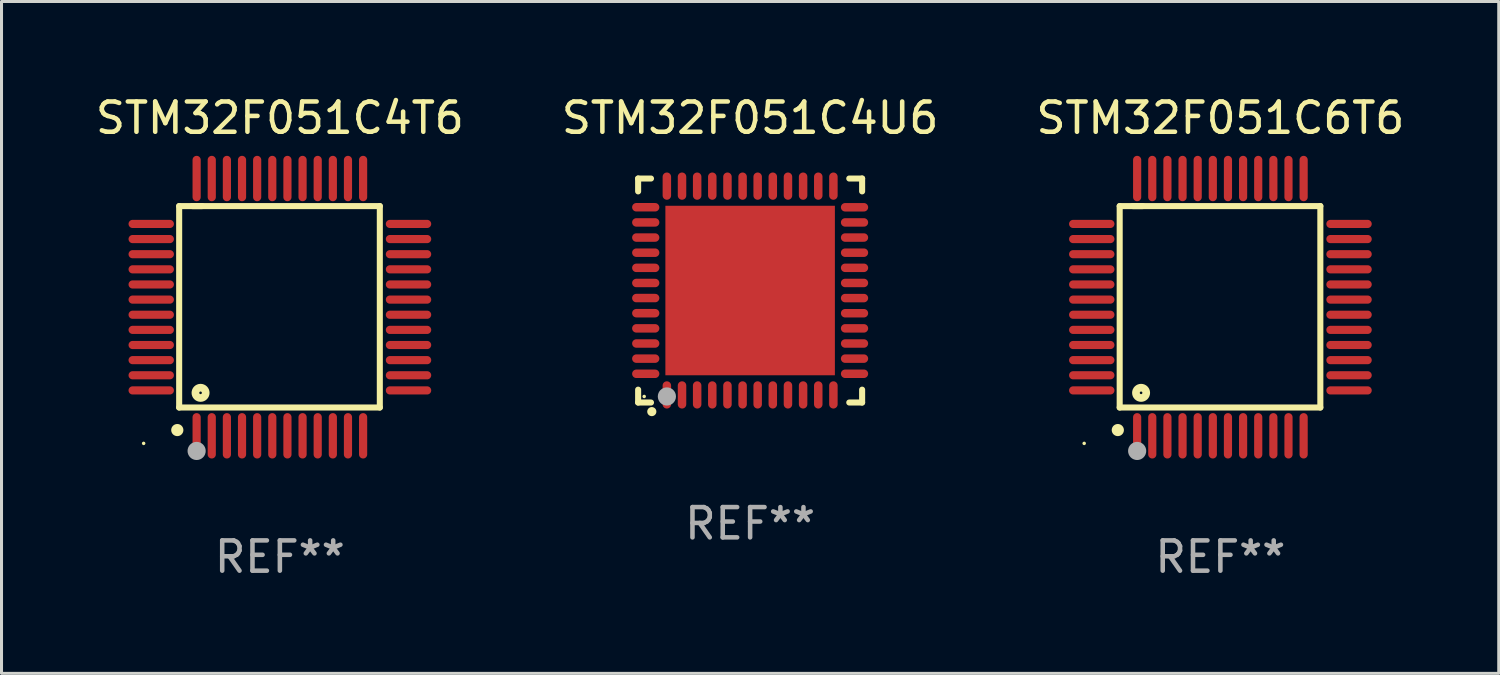
<source format=kicad_pcb>
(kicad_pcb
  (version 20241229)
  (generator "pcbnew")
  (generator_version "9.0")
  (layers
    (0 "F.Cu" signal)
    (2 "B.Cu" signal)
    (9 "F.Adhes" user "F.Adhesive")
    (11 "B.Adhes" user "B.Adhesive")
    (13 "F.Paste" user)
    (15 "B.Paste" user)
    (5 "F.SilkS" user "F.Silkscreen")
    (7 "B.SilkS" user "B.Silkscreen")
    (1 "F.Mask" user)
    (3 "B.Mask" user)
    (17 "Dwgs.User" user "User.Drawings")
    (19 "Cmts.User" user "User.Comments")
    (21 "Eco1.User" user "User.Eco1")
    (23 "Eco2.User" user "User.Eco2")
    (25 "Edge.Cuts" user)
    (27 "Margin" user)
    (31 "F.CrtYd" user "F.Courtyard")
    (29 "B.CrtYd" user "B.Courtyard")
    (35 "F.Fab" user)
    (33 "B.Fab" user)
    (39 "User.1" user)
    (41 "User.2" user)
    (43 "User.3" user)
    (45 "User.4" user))
  (footprint "STM32F051C4T6"
    (layer "F.Cu")
    (at 6.196 7.098)
    (property "Reference" "STM32F051C4T6" (at 0 -6.25 0) (layer "F.SilkS") (effects (font (size 1 1) (thickness 0.15))))
    (attr through_hole)
    (fp_line (start -3.327 -3.34) (end -2.565 -3.34) (stroke (width 0.2) (type solid)) (layer "F.SilkS"))
    (fp_line (start -3.327 3.315) (end -3.327 -3.34) (stroke (width 0.2) (type solid)) (layer "F.SilkS"))
    (fp_line (start -2.896 -3.34) (end 3.302 -3.34) (stroke (width 0.2) (type solid)) (layer "F.SilkS"))
    (fp_line (start 3.302 -3.34) (end 3.302 3.315) (stroke (width 0.2) (type solid)) (layer "F.SilkS"))
    (fp_line (start 3.302 3.315) (end -3.327 3.315) (stroke (width 0.2) (type solid)) (layer "F.SilkS"))
    (fp_arc (start -3.389992 4.059995) (mid -3.388722 4.059991) (end -3.387452 4.059995) (stroke (width 0.4) (type solid)) (layer "F.SilkS"))
    (fp_circle (center -4.5 4.5) (end -4.47 4.5) (stroke (width 0.06) (type solid)) (fill no) (layer "F.SilkS"))
    (fp_circle (center -2.62 2.83) (end -2.45 2.83) (stroke (width 0.254) (type solid)) (fill no) (layer "F.SilkS"))
    (fp_circle (center -2.75 4.75) (end -2.6 4.75) (stroke (width 0.3) (type solid)) (fill no) (layer "F.Fab"))
    (fp_text user "REF**" (at 0 8.25 0) (layer "F.Fab") (effects (font (size 1 1) (thickness 0.15))))
    (pad "1" smd oval (at -2.75 4.25) (size 0.27 1.5) (layers "F.Cu" "F.Mask" "F.Paste"))
    (pad "2" smd oval (at -2.25 4.25) (size 0.27 1.5) (layers "F.Cu" "F.Mask" "F.Paste"))
    (pad "3" smd oval (at -1.75 4.25) (size 0.27 1.5) (layers "F.Cu" "F.Mask" "F.Paste"))
    (pad "4" smd oval (at -1.25 4.25) (size 0.27 1.5) (layers "F.Cu" "F.Mask" "F.Paste"))
    (pad "5" smd oval (at -0.75 4.25) (size 0.27 1.5) (layers "F.Cu" "F.Mask" "F.Paste"))
    (pad "6" smd oval (at -0.25 4.25) (size 0.27 1.5) (layers "F.Cu" "F.Mask" "F.Paste"))
    (pad "7" smd oval (at 0.25 4.25) (size 0.27 1.5) (layers "F.Cu" "F.Mask" "F.Paste"))
    (pad "8" smd oval (at 0.75 4.25) (size 0.27 1.5) (layers "F.Cu" "F.Mask" "F.Paste"))
    (pad "9" smd oval (at 1.25 4.25) (size 0.27 1.5) (layers "F.Cu" "F.Mask" "F.Paste"))
    (pad "10" smd oval (at 1.75 4.25) (size 0.27 1.5) (layers "F.Cu" "F.Mask" "F.Paste"))
    (pad "11" smd oval (at 2.25 4.25) (size 0.27 1.5) (layers "F.Cu" "F.Mask" "F.Paste"))
    (pad "12" smd oval (at 2.75 4.25) (size 0.27 1.5) (layers "F.Cu" "F.Mask" "F.Paste"))
    (pad "13" smd oval (at 4.25 2.75) (size 1.5 0.27) (layers "F.Cu" "F.Mask" "F.Paste"))
    (pad "14" smd oval (at 4.25 2.25) (size 1.5 0.27) (layers "F.Cu" "F.Mask" "F.Paste"))
    (pad "15" smd oval (at 4.25 1.75) (size 1.5 0.27) (layers "F.Cu" "F.Mask" "F.Paste"))
    (pad "16" smd oval (at 4.25 1.25) (size 1.5 0.27) (layers "F.Cu" "F.Mask" "F.Paste"))
    (pad "17" smd oval (at 4.25 0.75) (size 1.5 0.27) (layers "F.Cu" "F.Mask" "F.Paste"))
    (pad "18" smd oval (at 4.25 0.25) (size 1.5 0.27) (layers "F.Cu" "F.Mask" "F.Paste"))
    (pad "19" smd oval (at 4.25 -0.25) (size 1.5 0.27) (layers "F.Cu" "F.Mask" "F.Paste"))
    (pad "20" smd oval (at 4.25 -0.75) (size 1.5 0.27) (layers "F.Cu" "F.Mask" "F.Paste"))
    (pad "21" smd oval (at 4.25 -1.25) (size 1.5 0.27) (layers "F.Cu" "F.Mask" "F.Paste"))
    (pad "22" smd oval (at 4.25 -1.75) (size 1.5 0.27) (layers "F.Cu" "F.Mask" "F.Paste"))
    (pad "23" smd oval (at 4.25 -2.25) (size 1.5 0.27) (layers "F.Cu" "F.Mask" "F.Paste"))
    (pad "24" smd oval (at 4.25 -2.75) (size 1.5 0.27) (layers "F.Cu" "F.Mask" "F.Paste"))
    (pad "25" smd oval (at 2.75 -4.25) (size 0.27 1.5) (layers "F.Cu" "F.Mask" "F.Paste"))
    (pad "26" smd oval (at 2.25 -4.25) (size 0.27 1.5) (layers "F.Cu" "F.Mask" "F.Paste"))
    (pad "27" smd oval (at 1.75 -4.25) (size 0.27 1.5) (layers "F.Cu" "F.Mask" "F.Paste"))
    (pad "28" smd oval (at 1.25 -4.25) (size 0.27 1.5) (layers "F.Cu" "F.Mask" "F.Paste"))
    (pad "29" smd oval (at 0.75 -4.25) (size 0.27 1.5) (layers "F.Cu" "F.Mask" "F.Paste"))
    (pad "30" smd oval (at 0.25 -4.25) (size 0.27 1.5) (layers "F.Cu" "F.Mask" "F.Paste"))
    (pad "31" smd oval (at -0.25 -4.25) (size 0.27 1.5) (layers "F.Cu" "F.Mask" "F.Paste"))
    (pad "32" smd oval (at -0.75 -4.25) (size 0.27 1.5) (layers "F.Cu" "F.Mask" "F.Paste"))
    (pad "33" smd oval (at -1.25 -4.25) (size 0.27 1.5) (layers "F.Cu" "F.Mask" "F.Paste"))
    (pad "34" smd oval (at -1.75 -4.25) (size 0.27 1.5) (layers "F.Cu" "F.Mask" "F.Paste"))
    (pad "35" smd oval (at -2.25 -4.25) (size 0.27 1.5) (layers "F.Cu" "F.Mask" "F.Paste"))
    (pad "36" smd oval (at -2.75 -4.25) (size 0.27 1.5) (layers "F.Cu" "F.Mask" "F.Paste"))
    (pad "37" smd oval (at -4.25 -2.75) (size 1.5 0.27) (layers "F.Cu" "F.Mask" "F.Paste"))
    (pad "38" smd oval (at -4.25 -2.25) (size 1.5 0.27) (layers "F.Cu" "F.Mask" "F.Paste"))
    (pad "39" smd oval (at -4.25 -1.75) (size 1.5 0.27) (layers "F.Cu" "F.Mask" "F.Paste"))
    (pad "40" smd oval (at -4.25 -1.25) (size 1.5 0.27) (layers "F.Cu" "F.Mask" "F.Paste"))
    (pad "41" smd oval (at -4.25 -0.75) (size 1.5 0.27) (layers "F.Cu" "F.Mask" "F.Paste"))
    (pad "42" smd oval (at -4.25 -0.25) (size 1.5 0.27) (layers "F.Cu" "F.Mask" "F.Paste"))
    (pad "43" smd oval (at -4.25 0.25) (size 1.5 0.27) (layers "F.Cu" "F.Mask" "F.Paste"))
    (pad "44" smd oval (at -4.25 0.75) (size 1.5 0.27) (layers "F.Cu" "F.Mask" "F.Paste"))
    (pad "45" smd oval (at -4.25 1.25) (size 1.5 0.27) (layers "F.Cu" "F.Mask" "F.Paste"))
    (pad "46" smd oval (at -4.25 1.75) (size 1.5 0.27) (layers "F.Cu" "F.Mask" "F.Paste"))
    (pad "47" smd oval (at -4.25 2.25) (size 1.5 0.27) (layers "F.Cu" "F.Mask" "F.Paste"))
    (pad "48" smd oval (at -4.25 2.75) (size 1.5 0.27) (layers "F.Cu" "F.Mask" "F.Paste")))
  (footprint "STM32F051C6T6"
    (layer "F.Cu")
    (at 37.268 7.098)
    (property "Reference" "STM32F051C6T6" (at 0 -6.25 0) (layer "F.SilkS") (effects (font (size 1 1) (thickness 0.15))))
    (attr through_hole)
    (fp_line (start -3.327 -3.34) (end -2.565 -3.34) (stroke (width 0.2) (type solid)) (layer "F.SilkS"))
    (fp_line (start -3.327 3.315) (end -3.327 -3.34) (stroke (width 0.2) (type solid)) (layer "F.SilkS"))
    (fp_line (start -2.896 -3.34) (end 3.302 -3.34) (stroke (width 0.2) (type solid)) (layer "F.SilkS"))
    (fp_line (start 3.302 -3.34) (end 3.302 3.315) (stroke (width 0.2) (type solid)) (layer "F.SilkS"))
    (fp_line (start 3.302 3.315) (end -3.327 3.315) (stroke (width 0.2) (type solid)) (layer "F.SilkS"))
    (fp_arc (start -3.389992 4.059995) (mid -3.388722 4.059991) (end -3.387452 4.059995) (stroke (width 0.4) (type solid)) (layer "F.SilkS"))
    (fp_circle (center -4.5 4.5) (end -4.47 4.5) (stroke (width 0.06) (type solid)) (fill no) (layer "F.SilkS"))
    (fp_circle (center -2.62 2.83) (end -2.45 2.83) (stroke (width 0.254) (type solid)) (fill no) (layer "F.SilkS"))
    (fp_circle (center -2.75 4.75) (end -2.6 4.75) (stroke (width 0.3) (type solid)) (fill no) (layer "F.Fab"))
    (fp_text user "REF**" (at 0 8.25 0) (layer "F.Fab") (effects (font (size 1 1) (thickness 0.15))))
    (pad "1" smd oval (at -2.75 4.25) (size 0.27 1.5) (layers "F.Cu" "F.Mask" "F.Paste"))
    (pad "2" smd oval (at -2.25 4.25) (size 0.27 1.5) (layers "F.Cu" "F.Mask" "F.Paste"))
    (pad "3" smd oval (at -1.75 4.25) (size 0.27 1.5) (layers "F.Cu" "F.Mask" "F.Paste"))
    (pad "4" smd oval (at -1.25 4.25) (size 0.27 1.5) (layers "F.Cu" "F.Mask" "F.Paste"))
    (pad "5" smd oval (at -0.75 4.25) (size 0.27 1.5) (layers "F.Cu" "F.Mask" "F.Paste"))
    (pad "6" smd oval (at -0.25 4.25) (size 0.27 1.5) (layers "F.Cu" "F.Mask" "F.Paste"))
    (pad "7" smd oval (at 0.25 4.25) (size 0.27 1.5) (layers "F.Cu" "F.Mask" "F.Paste"))
    (pad "8" smd oval (at 0.75 4.25) (size 0.27 1.5) (layers "F.Cu" "F.Mask" "F.Paste"))
    (pad "9" smd oval (at 1.25 4.25) (size 0.27 1.5) (layers "F.Cu" "F.Mask" "F.Paste"))
    (pad "10" smd oval (at 1.75 4.25) (size 0.27 1.5) (layers "F.Cu" "F.Mask" "F.Paste"))
    (pad "11" smd oval (at 2.25 4.25) (size 0.27 1.5) (layers "F.Cu" "F.Mask" "F.Paste"))
    (pad "12" smd oval (at 2.75 4.25) (size 0.27 1.5) (layers "F.Cu" "F.Mask" "F.Paste"))
    (pad "13" smd oval (at 4.25 2.75) (size 1.5 0.27) (layers "F.Cu" "F.Mask" "F.Paste"))
    (pad "14" smd oval (at 4.25 2.25) (size 1.5 0.27) (layers "F.Cu" "F.Mask" "F.Paste"))
    (pad "15" smd oval (at 4.25 1.75) (size 1.5 0.27) (layers "F.Cu" "F.Mask" "F.Paste"))
    (pad "16" smd oval (at 4.25 1.25) (size 1.5 0.27) (layers "F.Cu" "F.Mask" "F.Paste"))
    (pad "17" smd oval (at 4.25 0.75) (size 1.5 0.27) (layers "F.Cu" "F.Mask" "F.Paste"))
    (pad "18" smd oval (at 4.25 0.25) (size 1.5 0.27) (layers "F.Cu" "F.Mask" "F.Paste"))
    (pad "19" smd oval (at 4.25 -0.25) (size 1.5 0.27) (layers "F.Cu" "F.Mask" "F.Paste"))
    (pad "20" smd oval (at 4.25 -0.75) (size 1.5 0.27) (layers "F.Cu" "F.Mask" "F.Paste"))
    (pad "21" smd oval (at 4.25 -1.25) (size 1.5 0.27) (layers "F.Cu" "F.Mask" "F.Paste"))
    (pad "22" smd oval (at 4.25 -1.75) (size 1.5 0.27) (layers "F.Cu" "F.Mask" "F.Paste"))
    (pad "23" smd oval (at 4.25 -2.25) (size 1.5 0.27) (layers "F.Cu" "F.Mask" "F.Paste"))
    (pad "24" smd oval (at 4.25 -2.75) (size 1.5 0.27) (layers "F.Cu" "F.Mask" "F.Paste"))
    (pad "25" smd oval (at 2.75 -4.25) (size 0.27 1.5) (layers "F.Cu" "F.Mask" "F.Paste"))
    (pad "26" smd oval (at 2.25 -4.25) (size 0.27 1.5) (layers "F.Cu" "F.Mask" "F.Paste"))
    (pad "27" smd oval (at 1.75 -4.25) (size 0.27 1.5) (layers "F.Cu" "F.Mask" "F.Paste"))
    (pad "28" smd oval (at 1.25 -4.25) (size 0.27 1.5) (layers "F.Cu" "F.Mask" "F.Paste"))
    (pad "29" smd oval (at 0.75 -4.25) (size 0.27 1.5) (layers "F.Cu" "F.Mask" "F.Paste"))
    (pad "30" smd oval (at 0.25 -4.25) (size 0.27 1.5) (layers "F.Cu" "F.Mask" "F.Paste"))
    (pad "31" smd oval (at -0.25 -4.25) (size 0.27 1.5) (layers "F.Cu" "F.Mask" "F.Paste"))
    (pad "32" smd oval (at -0.75 -4.25) (size 0.27 1.5) (layers "F.Cu" "F.Mask" "F.Paste"))
    (pad "33" smd oval (at -1.25 -4.25) (size 0.27 1.5) (layers "F.Cu" "F.Mask" "F.Paste"))
    (pad "34" smd oval (at -1.75 -4.25) (size 0.27 1.5) (layers "F.Cu" "F.Mask" "F.Paste"))
    (pad "35" smd oval (at -2.25 -4.25) (size 0.27 1.5) (layers "F.Cu" "F.Mask" "F.Paste"))
    (pad "36" smd oval (at -2.75 -4.25) (size 0.27 1.5) (layers "F.Cu" "F.Mask" "F.Paste"))
    (pad "37" smd oval (at -4.25 -2.75) (size 1.5 0.27) (layers "F.Cu" "F.Mask" "F.Paste"))
    (pad "38" smd oval (at -4.25 -2.25) (size 1.5 0.27) (layers "F.Cu" "F.Mask" "F.Paste"))
    (pad "39" smd oval (at -4.25 -1.75) (size 1.5 0.27) (layers "F.Cu" "F.Mask" "F.Paste"))
    (pad "40" smd oval (at -4.25 -1.25) (size 1.5 0.27) (layers "F.Cu" "F.Mask" "F.Paste"))
    (pad "41" smd oval (at -4.25 -0.75) (size 1.5 0.27) (layers "F.Cu" "F.Mask" "F.Paste"))
    (pad "42" smd oval (at -4.25 -0.25) (size 1.5 0.27) (layers "F.Cu" "F.Mask" "F.Paste"))
    (pad "43" smd oval (at -4.25 0.25) (size 1.5 0.27) (layers "F.Cu" "F.Mask" "F.Paste"))
    (pad "44" smd oval (at -4.25 0.75) (size 1.5 0.27) (layers "F.Cu" "F.Mask" "F.Paste"))
    (pad "45" smd oval (at -4.25 1.25) (size 1.5 0.27) (layers "F.Cu" "F.Mask" "F.Paste"))
    (pad "46" smd oval (at -4.25 1.75) (size 1.5 0.27) (layers "F.Cu" "F.Mask" "F.Paste"))
    (pad "47" smd oval (at -4.25 2.25) (size 1.5 0.27) (layers "F.Cu" "F.Mask" "F.Paste"))
    (pad "48" smd oval (at -4.25 2.75) (size 1.5 0.27) (layers "F.Cu" "F.Mask" "F.Paste")))
  (footprint "STM32F051C4U6"
    (layer "F.Cu")
    (at 21.732 6.548)
    (property "Reference" "STM32F051C4U6" (at 0 -5.7 0) (layer "F.SilkS") (effects (font (size 1 1) (thickness 0.15))))
    (attr through_hole)
    (fp_line (start -3.7 -3.7) (end -3.275 -3.7) (stroke (width 0.2) (type solid)) (layer "F.SilkS"))
    (fp_line (start -3.7 -3.275) (end -3.7 -3.7) (stroke (width 0.2) (type solid)) (layer "F.SilkS"))
    (fp_line (start -3.7 3.7) (end -3.7 3.275) (stroke (width 0.2) (type solid)) (layer "F.SilkS"))
    (fp_line (start -3.275 3.7) (end -3.7 3.7) (stroke (width 0.2) (type solid)) (layer "F.SilkS"))
    (fp_line (start 3.7 -3.7) (end 3.275 -3.7) (stroke (width 0.2) (type solid)) (layer "F.SilkS"))
    (fp_line (start 3.7 -3.275) (end 3.7 -3.7) (stroke (width 0.2) (type solid)) (layer "F.SilkS"))
    (fp_line (start 3.7 3.275) (end 3.7 3.7) (stroke (width 0.2) (type solid)) (layer "F.SilkS"))
    (fp_line (start 3.7 3.7) (end 3.275 3.7) (stroke (width 0.2) (type solid)) (layer "F.SilkS"))
    (fp_arc (start -3.249936 3.999975) (mid -3.248666 3.99997) (end -3.247396 3.999975) (stroke (width 0.3) (type solid)) (layer "F.SilkS"))
    (fp_circle (center -3.5 3.5) (end -3.47 3.5) (stroke (width 0.06) (type solid)) (fill no) (layer "F.SilkS"))
    (fp_circle (center -2.75 3.5) (end -2.6 3.5) (stroke (width 0.3) (type solid)) (fill no) (layer "F.Fab"))
    (fp_text user "REF**" (at 0 7.7 0) (layer "F.Fab") (effects (font (size 1 1) (thickness 0.15))))
    (pad "1" smd oval (at -2.751 3.449) (size 0.28 0.9) (layers "F.Cu" "F.Mask" "F.Paste"))
    (pad "2" smd oval (at -2.25 3.449) (size 0.28 0.9) (layers "F.Cu" "F.Mask" "F.Paste"))
    (pad "3" smd oval (at -1.75 3.449) (size 0.28 0.9) (layers "F.Cu" "F.Mask" "F.Paste"))
    (pad "4" smd oval (at -1.25 3.449) (size 0.28 0.9) (layers "F.Cu" "F.Mask" "F.Paste"))
    (pad "5" smd oval (at -0.749 3.449) (size 0.28 0.9) (layers "F.Cu" "F.Mask" "F.Paste"))
    (pad "6" smd oval (at -0.249 3.449) (size 0.28 0.9) (layers "F.Cu" "F.Mask" "F.Paste"))
    (pad "7" smd oval (at 0.249 3.449) (size 0.28 0.9) (layers "F.Cu" "F.Mask" "F.Paste"))
    (pad "8" smd oval (at 0.749 3.449) (size 0.28 0.9) (layers "F.Cu" "F.Mask" "F.Paste"))
    (pad "9" smd oval (at 1.25 3.449) (size 0.28 0.9) (layers "F.Cu" "F.Mask" "F.Paste"))
    (pad "10" smd oval (at 1.75 3.449) (size 0.28 0.9) (layers "F.Cu" "F.Mask" "F.Paste"))
    (pad "11" smd oval (at 2.251 3.449) (size 0.28 0.9) (layers "F.Cu" "F.Mask" "F.Paste"))
    (pad "12" smd oval (at 2.751 3.449) (size 0.28 0.9) (layers "F.Cu" "F.Mask" "F.Paste"))
    (pad "13" smd oval (at 3.449 2.75) (size 0.9 0.28) (layers "F.Cu" "F.Mask" "F.Paste"))
    (pad "14" smd oval (at 3.449 2.25) (size 0.9 0.28) (layers "F.Cu" "F.Mask" "F.Paste"))
    (pad "15" smd oval (at 3.449 1.75) (size 0.9 0.28) (layers "F.Cu" "F.Mask" "F.Paste"))
    (pad "16" smd oval (at 3.449 1.25) (size 0.9 0.28) (layers "F.Cu" "F.Mask" "F.Paste"))
    (pad "17" smd oval (at 3.449 0.75) (size 0.9 0.28) (layers "F.Cu" "F.Mask" "F.Paste"))
    (pad "18" smd oval (at 3.449 0.25) (size 0.9 0.28) (layers "F.Cu" "F.Mask" "F.Paste"))
    (pad "19" smd oval (at 3.449 -0.25) (size 0.9 0.28) (layers "F.Cu" "F.Mask" "F.Paste"))
    (pad "20" smd oval (at 3.449 -0.75) (size 0.9 0.28) (layers "F.Cu" "F.Mask" "F.Paste"))
    (pad "21" smd oval (at 3.449 -1.25) (size 0.9 0.28) (layers "F.Cu" "F.Mask" "F.Paste"))
    (pad "22" smd oval (at 3.449 -1.75) (size 0.9 0.28) (layers "F.Cu" "F.Mask" "F.Paste"))
    (pad "23" smd oval (at 3.449 -2.25) (size 0.9 0.28) (layers "F.Cu" "F.Mask" "F.Paste"))
    (pad "24" smd oval (at 3.449 -2.75) (size 0.9 0.28) (layers "F.Cu" "F.Mask" "F.Paste"))
    (pad "25" smd oval (at 2.751 -3.449) (size 0.28 0.9) (layers "F.Cu" "F.Mask" "F.Paste"))
    (pad "26" smd oval (at 2.251 -3.449) (size 0.28 0.9) (layers "F.Cu" "F.Mask" "F.Paste"))
    (pad "27" smd oval (at 1.75 -3.449) (size 0.28 0.9) (layers "F.Cu" "F.Mask" "F.Paste"))
    (pad "28" smd oval (at 1.25 -3.449) (size 0.28 0.9) (layers "F.Cu" "F.Mask" "F.Paste"))
    (pad "29" smd oval (at 0.749 -3.449) (size 0.28 0.9) (layers "F.Cu" "F.Mask" "F.Paste"))
    (pad "30" smd oval (at 0.249 -3.449) (size 0.28 0.9) (layers "F.Cu" "F.Mask" "F.Paste"))
    (pad "31" smd oval (at -0.249 -3.449) (size 0.28 0.9) (layers "F.Cu" "F.Mask" "F.Paste"))
    (pad "32" smd oval (at -0.749 -3.449) (size 0.28 0.9) (layers "F.Cu" "F.Mask" "F.Paste"))
    (pad "33" smd oval (at -1.25 -3.449) (size 0.28 0.9) (layers "F.Cu" "F.Mask" "F.Paste"))
    (pad "34" smd oval (at -1.75 -3.449) (size 0.28 0.9) (layers "F.Cu" "F.Mask" "F.Paste"))
    (pad "35" smd oval (at -2.25 -3.449) (size 0.28 0.9) (layers "F.Cu" "F.Mask" "F.Paste"))
    (pad "36" smd oval (at -2.751 -3.449) (size 0.28 0.9) (layers "F.Cu" "F.Mask" "F.Paste"))
    (pad "37" smd oval (at -3.449 -2.751) (size 0.9 0.28) (layers "F.Cu" "F.Mask" "F.Paste"))
    (pad "38" smd oval (at -3.449 -2.25) (size 0.9 0.28) (layers "F.Cu" "F.Mask" "F.Paste"))
    (pad "39" smd oval (at -3.449 -1.75) (size 0.9 0.28) (layers "F.Cu" "F.Mask" "F.Paste"))
    (pad "40" smd oval (at -3.449 -1.25) (size 0.9 0.28) (layers "F.Cu" "F.Mask" "F.Paste"))
    (pad "41" smd oval (at -3.449 -0.749) (size 0.9 0.28) (layers "F.Cu" "F.Mask" "F.Paste"))
    (pad "42" smd oval (at -3.449 -0.249) (size 0.9 0.28) (layers "F.Cu" "F.Mask" "F.Paste"))
    (pad "43" smd oval (at -3.449 0.249) (size 0.9 0.28) (layers "F.Cu" "F.Mask" "F.Paste"))
    (pad "44" smd oval (at -3.449 0.749) (size 0.9 0.28) (layers "F.Cu" "F.Mask" "F.Paste"))
    (pad "45" smd oval (at -3.449 1.25) (size 0.9 0.28) (layers "F.Cu" "F.Mask" "F.Paste"))
    (pad "46" smd oval (at -3.449 1.75) (size 0.9 0.28) (layers "F.Cu" "F.Mask" "F.Paste"))
    (pad "47" smd oval (at -3.449 2.25) (size 0.9 0.28) (layers "F.Cu" "F.Mask" "F.Paste"))
    (pad "48" smd oval (at -3.449 2.751) (size 0.9 0.28) (layers "F.Cu" "F.Mask" "F.Paste"))
    (pad "49" smd rect (at 0.000076 -0.000025) (size 5.6 5.6) (layers "F.Cu" "F.Mask" "F.Paste")))
  (gr_rect
    (start -3 -3)
    (end 46.464 19.196)
    (stroke (width 0.1) (type default))
    (fill no)
    (layer "Edge.Cuts")))
</source>
